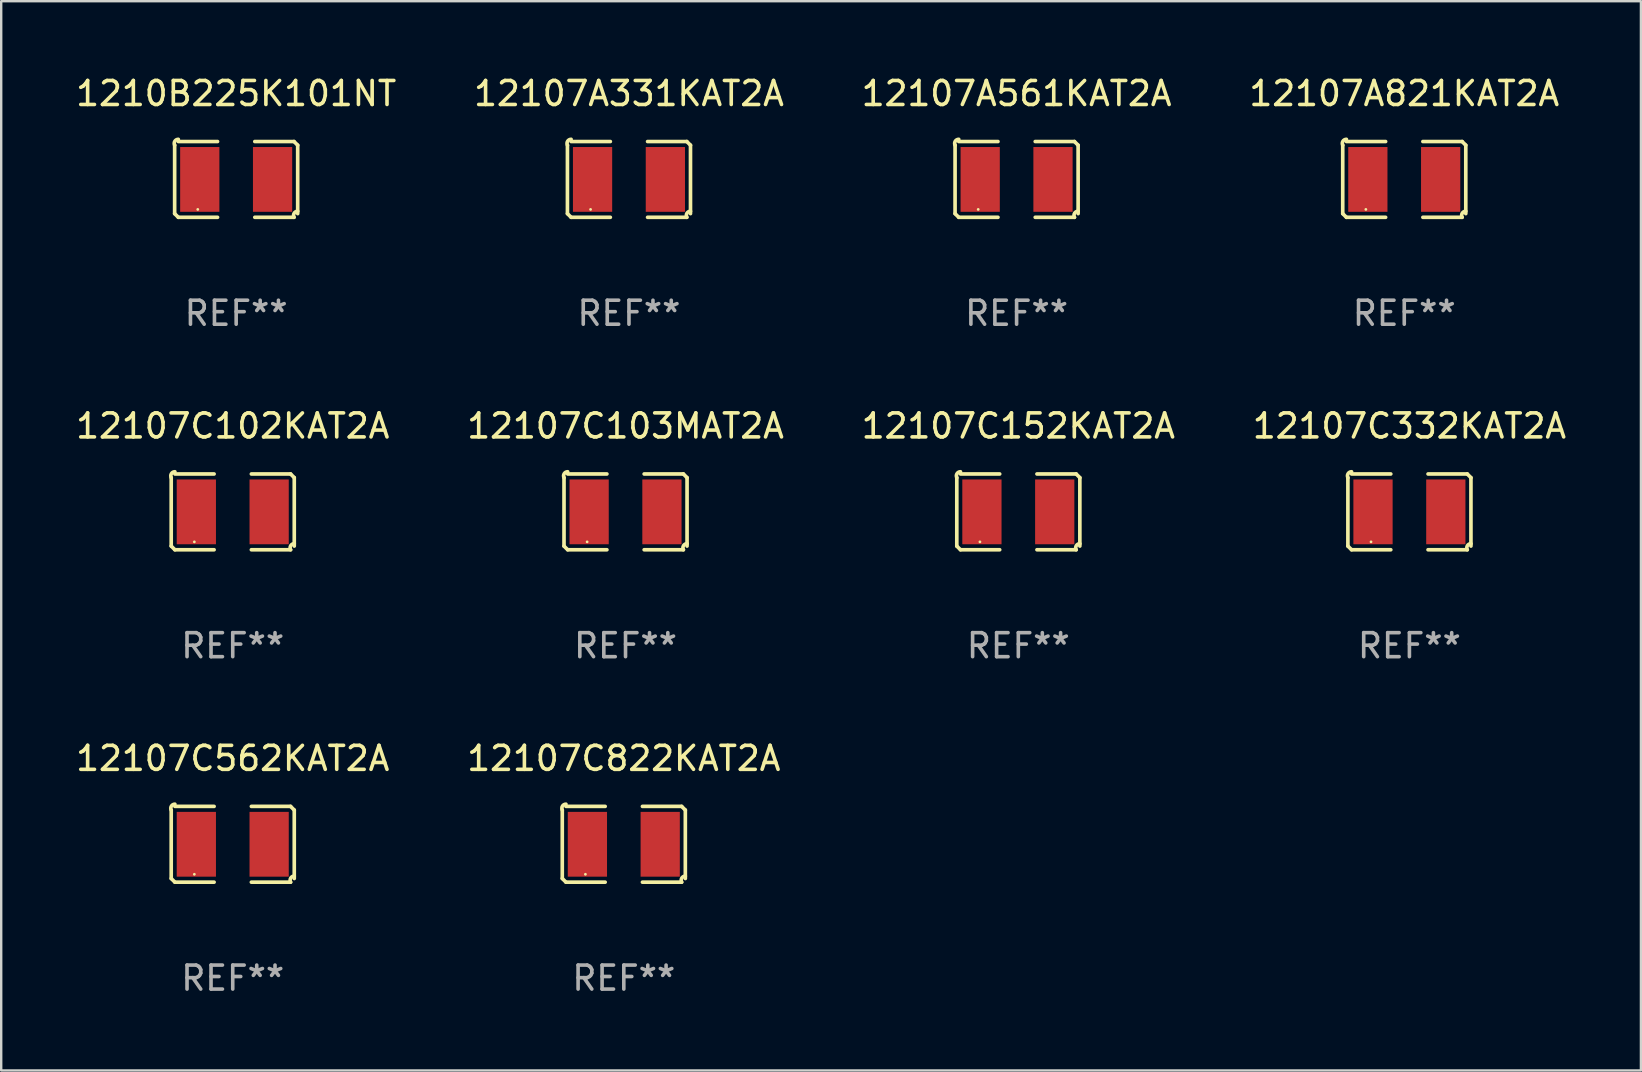
<source format=kicad_pcb>
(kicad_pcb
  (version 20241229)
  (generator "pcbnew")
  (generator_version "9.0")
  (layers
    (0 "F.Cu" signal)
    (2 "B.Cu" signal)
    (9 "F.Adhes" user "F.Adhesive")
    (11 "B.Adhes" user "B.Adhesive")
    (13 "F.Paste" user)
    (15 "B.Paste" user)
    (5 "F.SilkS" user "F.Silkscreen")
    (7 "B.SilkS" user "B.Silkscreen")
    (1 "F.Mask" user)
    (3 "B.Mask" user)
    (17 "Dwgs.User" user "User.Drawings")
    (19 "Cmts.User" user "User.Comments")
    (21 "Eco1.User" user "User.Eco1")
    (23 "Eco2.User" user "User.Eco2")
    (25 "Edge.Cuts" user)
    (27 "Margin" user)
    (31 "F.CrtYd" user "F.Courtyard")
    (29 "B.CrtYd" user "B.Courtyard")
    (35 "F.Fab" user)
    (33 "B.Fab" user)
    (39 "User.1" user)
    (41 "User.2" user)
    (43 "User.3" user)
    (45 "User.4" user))
  (footprint "12107A821KAT2A"
    (layer "F.Cu")
    (at 55.47 4.427)
    (property "Reference" "12107A821KAT2A" (at 0 -3.579 0) (layer "F.SilkS") (effects (font (size 1 1) (thickness 0.15))))
    (attr through_hole)
    (fp_line (start -2.564 1.426) (end -2.564 -1.426) (stroke (width 0.152) (type solid)) (layer "F.SilkS"))
    (fp_line (start -2.411 -1.579) (end -0.776 -1.579) (stroke (width 0.152) (type solid)) (layer "F.SilkS"))
    (fp_line (start -0.776 1.579) (end -2.411 1.579) (stroke (width 0.152) (type solid)) (layer "F.SilkS"))
    (fp_line (start 0.776 1.579) (end 2.411 1.579) (stroke (width 0.152) (type solid)) (layer "F.SilkS"))
    (fp_line (start 2.411 -1.579) (end 0.776 -1.579) (stroke (width 0.152) (type solid)) (layer "F.SilkS"))
    (fp_line (start 2.564 1.426) (end 2.564 -1.426) (stroke (width 0.152) (type solid)) (layer "F.SilkS"))
    (fp_arc (start -2.563602 -1.426213) (mid -2.555597 -1.591233) (end -2.411201 -1.671518) (stroke (width 0.1524) (type solid)) (layer "F.SilkS"))
    (fp_arc (start -2.5636 1.426214) (mid -2.487389 1.502402) (end -2.411201 1.578613) (stroke (width 0.1524) (type solid)) (layer "F.SilkS"))
    (fp_arc (start 2.411197 -1.578618) (mid 2.487403 -1.502419) (end 2.563602 -1.426213) (stroke (width 0.1524) (type solid)) (layer "F.SilkS"))
    (fp_arc (start 2.411201 1.578613) (mid 2.416214 1.409455) (end 2.563602 1.32629) (stroke (width 0.1524) (type solid)) (layer "F.SilkS"))
    (fp_circle (center -1.6 1.25) (end -1.57 1.25) (stroke (width 0.06) (type solid)) (fill no) (layer "F.SilkS"))
    (fp_text user "REF**" (at 0 5.579 0) (layer "F.Fab") (effects (font (size 1 1) (thickness 0.15))))
    (pad "1" smd rect (at -1.517 0) (size 1.635 2.7) (layers "F.Cu" "F.Mask" "F.Paste"))
    (pad "2" smd rect (at 1.517 0) (size 1.635 2.7) (layers "F.Cu" "F.Mask" "F.Paste")))
  (footprint "12107A331KAT2A"
    (layer "F.Cu")
    (at 23.161 4.427)
    (property "Reference" "12107A331KAT2A" (at 0 -3.579 0) (layer "F.SilkS") (effects (font (size 1 1) (thickness 0.15))))
    (attr through_hole)
    (fp_line (start -2.564 1.426) (end -2.564 -1.426) (stroke (width 0.152) (type solid)) (layer "F.SilkS"))
    (fp_line (start -2.411 -1.579) (end -0.776 -1.579) (stroke (width 0.152) (type solid)) (layer "F.SilkS"))
    (fp_line (start -0.776 1.579) (end -2.411 1.579) (stroke (width 0.152) (type solid)) (layer "F.SilkS"))
    (fp_line (start 0.776 1.579) (end 2.411 1.579) (stroke (width 0.152) (type solid)) (layer "F.SilkS"))
    (fp_line (start 2.411 -1.579) (end 0.776 -1.579) (stroke (width 0.152) (type solid)) (layer "F.SilkS"))
    (fp_line (start 2.564 1.426) (end 2.564 -1.426) (stroke (width 0.152) (type solid)) (layer "F.SilkS"))
    (fp_arc (start -2.563602 -1.426213) (mid -2.555597 -1.591233) (end -2.411201 -1.671518) (stroke (width 0.1524) (type solid)) (layer "F.SilkS"))
    (fp_arc (start -2.5636 1.426214) (mid -2.487389 1.502402) (end -2.411201 1.578613) (stroke (width 0.1524) (type solid)) (layer "F.SilkS"))
    (fp_arc (start 2.411197 -1.578618) (mid 2.487403 -1.502419) (end 2.563602 -1.426213) (stroke (width 0.1524) (type solid)) (layer "F.SilkS"))
    (fp_arc (start 2.411201 1.578613) (mid 2.416214 1.409455) (end 2.563602 1.32629) (stroke (width 0.1524) (type solid)) (layer "F.SilkS"))
    (fp_circle (center -1.6 1.25) (end -1.57 1.25) (stroke (width 0.06) (type solid)) (fill no) (layer "F.SilkS"))
    (fp_text user "REF**" (at 0 5.579 0) (layer "F.Fab") (effects (font (size 1 1) (thickness 0.15))))
    (pad "1" smd rect (at -1.517 0) (size 1.635 2.7) (layers "F.Cu" "F.Mask" "F.Paste"))
    (pad "2" smd rect (at 1.517 0) (size 1.635 2.7) (layers "F.Cu" "F.Mask" "F.Paste")))
  (footprint "12107C152KAT2A"
    (layer "F.Cu")
    (at 39.387 18.281)
    (property "Reference" "12107C152KAT2A" (at 0 -3.579 0) (layer "F.SilkS") (effects (font (size 1 1) (thickness 0.15))))
    (attr through_hole)
    (fp_line (start -2.564 1.426) (end -2.564 -1.426) (stroke (width 0.152) (type solid)) (layer "F.SilkS"))
    (fp_line (start -2.411 -1.579) (end -0.776 -1.579) (stroke (width 0.152) (type solid)) (layer "F.SilkS"))
    (fp_line (start -0.776 1.579) (end -2.411 1.579) (stroke (width 0.152) (type solid)) (layer "F.SilkS"))
    (fp_line (start 0.776 1.579) (end 2.411 1.579) (stroke (width 0.152) (type solid)) (layer "F.SilkS"))
    (fp_line (start 2.411 -1.579) (end 0.776 -1.579) (stroke (width 0.152) (type solid)) (layer "F.SilkS"))
    (fp_line (start 2.564 1.426) (end 2.564 -1.426) (stroke (width 0.152) (type solid)) (layer "F.SilkS"))
    (fp_arc (start -2.563602 -1.426213) (mid -2.555597 -1.591233) (end -2.411201 -1.671518) (stroke (width 0.1524) (type solid)) (layer "F.SilkS"))
    (fp_arc (start -2.5636 1.426214) (mid -2.487389 1.502402) (end -2.411201 1.578613) (stroke (width 0.1524) (type solid)) (layer "F.SilkS"))
    (fp_arc (start 2.411197 -1.578618) (mid 2.487403 -1.502419) (end 2.563602 -1.426213) (stroke (width 0.1524) (type solid)) (layer "F.SilkS"))
    (fp_arc (start 2.411201 1.578613) (mid 2.416214 1.409455) (end 2.563602 1.32629) (stroke (width 0.1524) (type solid)) (layer "F.SilkS"))
    (fp_circle (center -1.6 1.25) (end -1.57 1.25) (stroke (width 0.06) (type solid)) (fill no) (layer "F.SilkS"))
    (fp_text user "REF**" (at 0 5.579 0) (layer "F.Fab") (effects (font (size 1 1) (thickness 0.15))))
    (pad "1" smd rect (at -1.517 0) (size 1.635 2.7) (layers "F.Cu" "F.Mask" "F.Paste"))
    (pad "2" smd rect (at 1.517 0) (size 1.635 2.7) (layers "F.Cu" "F.Mask" "F.Paste")))
  (footprint "12107C822KAT2A"
    (layer "F.Cu")
    (at 22.946 32.134)
    (property "Reference" "12107C822KAT2A" (at 0 -3.579 0) (layer "F.SilkS") (effects (font (size 1 1) (thickness 0.15))))
    (attr through_hole)
    (fp_line (start -2.564 1.426) (end -2.564 -1.426) (stroke (width 0.152) (type solid)) (layer "F.SilkS"))
    (fp_line (start -2.411 -1.579) (end -0.776 -1.579) (stroke (width 0.152) (type solid)) (layer "F.SilkS"))
    (fp_line (start -0.776 1.579) (end -2.411 1.579) (stroke (width 0.152) (type solid)) (layer "F.SilkS"))
    (fp_line (start 0.776 1.579) (end 2.411 1.579) (stroke (width 0.152) (type solid)) (layer "F.SilkS"))
    (fp_line (start 2.411 -1.579) (end 0.776 -1.579) (stroke (width 0.152) (type solid)) (layer "F.SilkS"))
    (fp_line (start 2.564 1.426) (end 2.564 -1.426) (stroke (width 0.152) (type solid)) (layer "F.SilkS"))
    (fp_arc (start -2.563602 -1.426213) (mid -2.555597 -1.591233) (end -2.411201 -1.671518) (stroke (width 0.1524) (type solid)) (layer "F.SilkS"))
    (fp_arc (start -2.5636 1.426214) (mid -2.487389 1.502402) (end -2.411201 1.578613) (stroke (width 0.1524) (type solid)) (layer "F.SilkS"))
    (fp_arc (start 2.411197 -1.578618) (mid 2.487403 -1.502419) (end 2.563602 -1.426213) (stroke (width 0.1524) (type solid)) (layer "F.SilkS"))
    (fp_arc (start 2.411201 1.578613) (mid 2.416214 1.409455) (end 2.563602 1.32629) (stroke (width 0.1524) (type solid)) (layer "F.SilkS"))
    (fp_circle (center -1.6 1.25) (end -1.57 1.25) (stroke (width 0.06) (type solid)) (fill no) (layer "F.SilkS"))
    (fp_text user "REF**" (at 0 5.579 0) (layer "F.Fab") (effects (font (size 1 1) (thickness 0.15))))
    (pad "1" smd rect (at -1.517 0) (size 1.635 2.7) (layers "F.Cu" "F.Mask" "F.Paste"))
    (pad "2" smd rect (at 1.517 0) (size 1.635 2.7) (layers "F.Cu" "F.Mask" "F.Paste")))
  (footprint "12107C562KAT2A"
    (layer "F.Cu")
    (at 6.649 32.134)
    (property "Reference" "12107C562KAT2A" (at 0 -3.579 0) (layer "F.SilkS") (effects (font (size 1 1) (thickness 0.15))))
    (attr through_hole)
    (fp_line (start -2.564 1.426) (end -2.564 -1.426) (stroke (width 0.152) (type solid)) (layer "F.SilkS"))
    (fp_line (start -2.411 -1.579) (end -0.776 -1.579) (stroke (width 0.152) (type solid)) (layer "F.SilkS"))
    (fp_line (start -0.776 1.579) (end -2.411 1.579) (stroke (width 0.152) (type solid)) (layer "F.SilkS"))
    (fp_line (start 0.776 1.579) (end 2.411 1.579) (stroke (width 0.152) (type solid)) (layer "F.SilkS"))
    (fp_line (start 2.411 -1.579) (end 0.776 -1.579) (stroke (width 0.152) (type solid)) (layer "F.SilkS"))
    (fp_line (start 2.564 1.426) (end 2.564 -1.426) (stroke (width 0.152) (type solid)) (layer "F.SilkS"))
    (fp_arc (start -2.563602 -1.426213) (mid -2.555597 -1.591233) (end -2.411201 -1.671518) (stroke (width 0.1524) (type solid)) (layer "F.SilkS"))
    (fp_arc (start -2.5636 1.426214) (mid -2.487389 1.502402) (end -2.411201 1.578613) (stroke (width 0.1524) (type solid)) (layer "F.SilkS"))
    (fp_arc (start 2.411197 -1.578618) (mid 2.487403 -1.502419) (end 2.563602 -1.426213) (stroke (width 0.1524) (type solid)) (layer "F.SilkS"))
    (fp_arc (start 2.411201 1.578613) (mid 2.416214 1.409455) (end 2.563602 1.32629) (stroke (width 0.1524) (type solid)) (layer "F.SilkS"))
    (fp_circle (center -1.6 1.25) (end -1.57 1.25) (stroke (width 0.06) (type solid)) (fill no) (layer "F.SilkS"))
    (fp_text user "REF**" (at 0 5.579 0) (layer "F.Fab") (effects (font (size 1 1) (thickness 0.15))))
    (pad "1" smd rect (at -1.517 0) (size 1.635 2.7) (layers "F.Cu" "F.Mask" "F.Paste"))
    (pad "2" smd rect (at 1.517 0) (size 1.635 2.7) (layers "F.Cu" "F.Mask" "F.Paste")))
  (footprint "12107C103MAT2A"
    (layer "F.Cu")
    (at 23.018 18.281)
    (property "Reference" "12107C103MAT2A" (at 0 -3.579 0) (layer "F.SilkS") (effects (font (size 1 1) (thickness 0.15))))
    (attr through_hole)
    (fp_line (start -2.564 1.426) (end -2.564 -1.426) (stroke (width 0.152) (type solid)) (layer "F.SilkS"))
    (fp_line (start -2.411 -1.579) (end -0.776 -1.579) (stroke (width 0.152) (type solid)) (layer "F.SilkS"))
    (fp_line (start -0.776 1.579) (end -2.411 1.579) (stroke (width 0.152) (type solid)) (layer "F.SilkS"))
    (fp_line (start 0.776 1.579) (end 2.411 1.579) (stroke (width 0.152) (type solid)) (layer "F.SilkS"))
    (fp_line (start 2.411 -1.579) (end 0.776 -1.579) (stroke (width 0.152) (type solid)) (layer "F.SilkS"))
    (fp_line (start 2.564 1.426) (end 2.564 -1.426) (stroke (width 0.152) (type solid)) (layer "F.SilkS"))
    (fp_arc (start -2.563602 -1.426213) (mid -2.555597 -1.591233) (end -2.411201 -1.671518) (stroke (width 0.1524) (type solid)) (layer "F.SilkS"))
    (fp_arc (start -2.5636 1.426214) (mid -2.487389 1.502402) (end -2.411201 1.578613) (stroke (width 0.1524) (type solid)) (layer "F.SilkS"))
    (fp_arc (start 2.411197 -1.578618) (mid 2.487403 -1.502419) (end 2.563602 -1.426213) (stroke (width 0.1524) (type solid)) (layer "F.SilkS"))
    (fp_arc (start 2.411201 1.578613) (mid 2.416214 1.409455) (end 2.563602 1.32629) (stroke (width 0.1524) (type solid)) (layer "F.SilkS"))
    (fp_circle (center -1.6 1.25) (end -1.57 1.25) (stroke (width 0.06) (type solid)) (fill no) (layer "F.SilkS"))
    (fp_text user "REF**" (at 0 5.579 0) (layer "F.Fab") (effects (font (size 1 1) (thickness 0.15))))
    (pad "1" smd rect (at -1.517 0) (size 1.635 2.7) (layers "F.Cu" "F.Mask" "F.Paste"))
    (pad "2" smd rect (at 1.517 0) (size 1.635 2.7) (layers "F.Cu" "F.Mask" "F.Paste")))
  (footprint "12107A561KAT2A"
    (layer "F.Cu")
    (at 39.315 4.427)
    (property "Reference" "12107A561KAT2A" (at 0 -3.579 0) (layer "F.SilkS") (effects (font (size 1 1) (thickness 0.15))))
    (attr through_hole)
    (fp_line (start -2.564 1.426) (end -2.564 -1.426) (stroke (width 0.152) (type solid)) (layer "F.SilkS"))
    (fp_line (start -2.411 -1.579) (end -0.776 -1.579) (stroke (width 0.152) (type solid)) (layer "F.SilkS"))
    (fp_line (start -0.776 1.579) (end -2.411 1.579) (stroke (width 0.152) (type solid)) (layer "F.SilkS"))
    (fp_line (start 0.776 1.579) (end 2.411 1.579) (stroke (width 0.152) (type solid)) (layer "F.SilkS"))
    (fp_line (start 2.411 -1.579) (end 0.776 -1.579) (stroke (width 0.152) (type solid)) (layer "F.SilkS"))
    (fp_line (start 2.564 1.426) (end 2.564 -1.426) (stroke (width 0.152) (type solid)) (layer "F.SilkS"))
    (fp_arc (start -2.563602 -1.426213) (mid -2.555597 -1.591233) (end -2.411201 -1.671518) (stroke (width 0.1524) (type solid)) (layer "F.SilkS"))
    (fp_arc (start -2.5636 1.426214) (mid -2.487389 1.502402) (end -2.411201 1.578613) (stroke (width 0.1524) (type solid)) (layer "F.SilkS"))
    (fp_arc (start 2.411197 -1.578618) (mid 2.487403 -1.502419) (end 2.563602 -1.426213) (stroke (width 0.1524) (type solid)) (layer "F.SilkS"))
    (fp_arc (start 2.411201 1.578613) (mid 2.416214 1.409455) (end 2.563602 1.32629) (stroke (width 0.1524) (type solid)) (layer "F.SilkS"))
    (fp_circle (center -1.6 1.25) (end -1.57 1.25) (stroke (width 0.06) (type solid)) (fill no) (layer "F.SilkS"))
    (fp_text user "REF**" (at 0 5.579 0) (layer "F.Fab") (effects (font (size 1 1) (thickness 0.15))))
    (pad "1" smd rect (at -1.517 0) (size 1.635 2.7) (layers "F.Cu" "F.Mask" "F.Paste"))
    (pad "2" smd rect (at 1.517 0) (size 1.635 2.7) (layers "F.Cu" "F.Mask" "F.Paste")))
  (footprint "1210B225K101NT"
    (layer "F.Cu")
    (at 6.792 4.427)
    (property "Reference" "1210B225K101NT" (at 0 -3.579 0) (layer "F.SilkS") (effects (font (size 1 1) (thickness 0.15))))
    (attr through_hole)
    (fp_line (start -2.564 1.426) (end -2.564 -1.426) (stroke (width 0.152) (type solid)) (layer "F.SilkS"))
    (fp_line (start -2.411 -1.579) (end -0.776 -1.579) (stroke (width 0.152) (type solid)) (layer "F.SilkS"))
    (fp_line (start -0.776 1.579) (end -2.411 1.579) (stroke (width 0.152) (type solid)) (layer "F.SilkS"))
    (fp_line (start 0.776 1.579) (end 2.411 1.579) (stroke (width 0.152) (type solid)) (layer "F.SilkS"))
    (fp_line (start 2.411 -1.579) (end 0.776 -1.579) (stroke (width 0.152) (type solid)) (layer "F.SilkS"))
    (fp_line (start 2.564 1.426) (end 2.564 -1.426) (stroke (width 0.152) (type solid)) (layer "F.SilkS"))
    (fp_arc (start -2.563602 -1.426213) (mid -2.555597 -1.591233) (end -2.411201 -1.671518) (stroke (width 0.1524) (type solid)) (layer "F.SilkS"))
    (fp_arc (start -2.5636 1.426214) (mid -2.487389 1.502402) (end -2.411201 1.578613) (stroke (width 0.1524) (type solid)) (layer "F.SilkS"))
    (fp_arc (start 2.411197 -1.578618) (mid 2.487403 -1.502419) (end 2.563602 -1.426213) (stroke (width 0.1524) (type solid)) (layer "F.SilkS"))
    (fp_arc (start 2.411201 1.578613) (mid 2.416214 1.409455) (end 2.563602 1.32629) (stroke (width 0.1524) (type solid)) (layer "F.SilkS"))
    (fp_circle (center -1.6 1.25) (end -1.57 1.25) (stroke (width 0.06) (type solid)) (fill no) (layer "F.SilkS"))
    (fp_text user "REF**" (at 0 5.579 0) (layer "F.Fab") (effects (font (size 1 1) (thickness 0.15))))
    (pad "1" smd rect (at -1.517 0) (size 1.635 2.7) (layers "F.Cu" "F.Mask" "F.Paste"))
    (pad "2" smd rect (at 1.517 0) (size 1.635 2.7) (layers "F.Cu" "F.Mask" "F.Paste")))
  (footprint "12107C102KAT2A"
    (layer "F.Cu")
    (at 6.649 18.281)
    (property "Reference" "12107C102KAT2A" (at 0 -3.579 0) (layer "F.SilkS") (effects (font (size 1 1) (thickness 0.15))))
    (attr through_hole)
    (fp_line (start -2.564 1.426) (end -2.564 -1.426) (stroke (width 0.152) (type solid)) (layer "F.SilkS"))
    (fp_line (start -2.411 -1.579) (end -0.776 -1.579) (stroke (width 0.152) (type solid)) (layer "F.SilkS"))
    (fp_line (start -0.776 1.579) (end -2.411 1.579) (stroke (width 0.152) (type solid)) (layer "F.SilkS"))
    (fp_line (start 0.776 1.579) (end 2.411 1.579) (stroke (width 0.152) (type solid)) (layer "F.SilkS"))
    (fp_line (start 2.411 -1.579) (end 0.776 -1.579) (stroke (width 0.152) (type solid)) (layer "F.SilkS"))
    (fp_line (start 2.564 1.426) (end 2.564 -1.426) (stroke (width 0.152) (type solid)) (layer "F.SilkS"))
    (fp_arc (start -2.563602 -1.426213) (mid -2.555597 -1.591233) (end -2.411201 -1.671518) (stroke (width 0.1524) (type solid)) (layer "F.SilkS"))
    (fp_arc (start -2.5636 1.426214) (mid -2.487389 1.502402) (end -2.411201 1.578613) (stroke (width 0.1524) (type solid)) (layer "F.SilkS"))
    (fp_arc (start 2.411197 -1.578618) (mid 2.487403 -1.502419) (end 2.563602 -1.426213) (stroke (width 0.1524) (type solid)) (layer "F.SilkS"))
    (fp_arc (start 2.411201 1.578613) (mid 2.416214 1.409455) (end 2.563602 1.32629) (stroke (width 0.1524) (type solid)) (layer "F.SilkS"))
    (fp_circle (center -1.6 1.25) (end -1.57 1.25) (stroke (width 0.06) (type solid)) (fill no) (layer "F.SilkS"))
    (fp_text user "REF**" (at 0 5.579 0) (layer "F.Fab") (effects (font (size 1 1) (thickness 0.15))))
    (pad "1" smd rect (at -1.517 0) (size 1.635 2.7) (layers "F.Cu" "F.Mask" "F.Paste"))
    (pad "2" smd rect (at 1.517 0) (size 1.635 2.7) (layers "F.Cu" "F.Mask" "F.Paste")))
  (footprint "12107C332KAT2A"
    (layer "F.Cu")
    (at 55.685 18.281)
    (property "Reference" "12107C332KAT2A" (at 0 -3.579 0) (layer "F.SilkS") (effects (font (size 1 1) (thickness 0.15))))
    (attr through_hole)
    (fp_line (start -2.564 1.426) (end -2.564 -1.426) (stroke (width 0.152) (type solid)) (layer "F.SilkS"))
    (fp_line (start -2.411 -1.579) (end -0.776 -1.579) (stroke (width 0.152) (type solid)) (layer "F.SilkS"))
    (fp_line (start -0.776 1.579) (end -2.411 1.579) (stroke (width 0.152) (type solid)) (layer "F.SilkS"))
    (fp_line (start 0.776 1.579) (end 2.411 1.579) (stroke (width 0.152) (type solid)) (layer "F.SilkS"))
    (fp_line (start 2.411 -1.579) (end 0.776 -1.579) (stroke (width 0.152) (type solid)) (layer "F.SilkS"))
    (fp_line (start 2.564 1.426) (end 2.564 -1.426) (stroke (width 0.152) (type solid)) (layer "F.SilkS"))
    (fp_arc (start -2.563602 -1.426213) (mid -2.555597 -1.591233) (end -2.411201 -1.671518) (stroke (width 0.1524) (type solid)) (layer "F.SilkS"))
    (fp_arc (start -2.5636 1.426214) (mid -2.487389 1.502402) (end -2.411201 1.578613) (stroke (width 0.1524) (type solid)) (layer "F.SilkS"))
    (fp_arc (start 2.411197 -1.578618) (mid 2.487403 -1.502419) (end 2.563602 -1.426213) (stroke (width 0.1524) (type solid)) (layer "F.SilkS"))
    (fp_arc (start 2.411201 1.578613) (mid 2.416214 1.409455) (end 2.563602 1.32629) (stroke (width 0.1524) (type solid)) (layer "F.SilkS"))
    (fp_circle (center -1.6 1.25) (end -1.57 1.25) (stroke (width 0.06) (type solid)) (fill no) (layer "F.SilkS"))
    (fp_text user "REF**" (at 0 5.579 0) (layer "F.Fab") (effects (font (size 1 1) (thickness 0.15))))
    (pad "1" smd rect (at -1.517 0) (size 1.635 2.7) (layers "F.Cu" "F.Mask" "F.Paste"))
    (pad "2" smd rect (at 1.517 0) (size 1.635 2.7) (layers "F.Cu" "F.Mask" "F.Paste")))
  (gr_rect
    (start -3 -3)
    (end 65.333 41.561)
    (stroke (width 0.1) (type default))
    (fill no)
    (layer "Edge.Cuts")))
</source>
